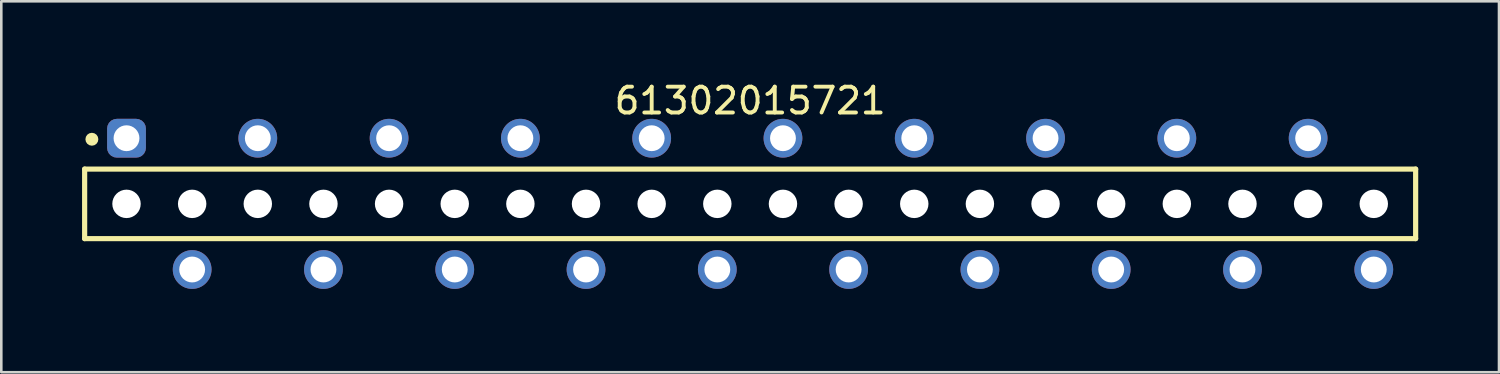
<source format=kicad_pcb>
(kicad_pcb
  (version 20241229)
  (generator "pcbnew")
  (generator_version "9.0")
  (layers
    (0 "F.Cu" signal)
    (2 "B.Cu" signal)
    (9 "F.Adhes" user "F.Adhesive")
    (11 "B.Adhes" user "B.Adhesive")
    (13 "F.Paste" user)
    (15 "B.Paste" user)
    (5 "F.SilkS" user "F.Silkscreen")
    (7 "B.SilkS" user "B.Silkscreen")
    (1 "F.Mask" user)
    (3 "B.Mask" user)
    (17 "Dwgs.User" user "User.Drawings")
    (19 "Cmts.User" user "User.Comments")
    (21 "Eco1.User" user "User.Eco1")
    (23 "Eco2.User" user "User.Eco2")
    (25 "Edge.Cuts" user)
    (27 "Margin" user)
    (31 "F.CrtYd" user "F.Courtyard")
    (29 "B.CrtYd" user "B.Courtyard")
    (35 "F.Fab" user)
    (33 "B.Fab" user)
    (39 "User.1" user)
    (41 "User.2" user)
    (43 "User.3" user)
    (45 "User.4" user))
  (footprint "61302015721"
    (layer "F.Cu")
    (at 25.975 4.838)
    (property "Reference" "61302015721" (at 0 -3.99 0) (layer "F.SilkS") (effects (font (size 1 1) (thickness 0.15))))
    (fp_line (start -25.75 -1.345) (end 25.75 -1.345) (stroke (width 0.2) (type solid)) (layer "F.SilkS"))
    (fp_line (start -25.75 1.345) (end -25.75 -1.345) (stroke (width 0.2) (type solid)) (layer "F.SilkS"))
    (fp_line (start -25.75 1.345) (end 25.75 1.345) (stroke (width 0.2) (type solid)) (layer "F.SilkS"))
    (fp_line (start 25.75 1.345) (end 25.75 -1.345) (stroke (width 0.2) (type solid)) (layer "F.SilkS"))
    (fp_circle (center -25.47 -2.5) (end -25.47 -2.625) (stroke (width 0.25) (type solid)) (fill no) (layer "F.SilkS"))
    (fp_line (start -25.95 -3.49) (end 25.95 -3.49) (stroke (width 0.05) (type solid)) (layer "Eco2.User"))
    (fp_line (start -25.95 3.49) (end -25.95 -3.49) (stroke (width 0.05) (type solid)) (layer "Eco2.User"))
    (fp_line (start -25.95 3.49) (end 25.95 3.49) (stroke (width 0.05) (type solid)) (layer "Eco2.User"))
    (fp_line (start -25.65 -1.27) (end 25.65 -1.27) (stroke (width 0.1) (type solid)) (layer "Eco2.User"))
    (fp_line (start -25.65 1.27) (end -25.65 -1.27) (stroke (width 0.1) (type solid)) (layer "Eco2.User"))
    (fp_line (start -25.65 1.27) (end 25.65 1.27) (stroke (width 0.1) (type solid)) (layer "Eco2.User"))
    (fp_line (start -24.53 -2.665) (end -23.73 -2.665) (stroke (width 0.1) (type solid)) (layer "Eco2.User"))
    (fp_line (start -24.53 -1.27) (end -24.53 -2.665) (stroke (width 0.1) (type solid)) (layer "Eco2.User"))
    (fp_line (start -23.73 -1.27) (end -23.73 -2.665) (stroke (width 0.1) (type solid)) (layer "Eco2.User"))
    (fp_line (start -21.99 2.665) (end -21.99 1.27) (stroke (width 0.1) (type solid)) (layer "Eco2.User"))
    (fp_line (start -21.99 2.665) (end -21.19 2.665) (stroke (width 0.1) (type solid)) (layer "Eco2.User"))
    (fp_line (start -21.19 2.665) (end -21.19 1.27) (stroke (width 0.1) (type solid)) (layer "Eco2.User"))
    (fp_line (start -19.45 -2.665) (end -18.65 -2.665) (stroke (width 0.1) (type solid)) (layer "Eco2.User"))
    (fp_line (start -19.45 -1.27) (end -19.45 -2.665) (stroke (width 0.1) (type solid)) (layer "Eco2.User"))
    (fp_line (start -18.65 -1.27) (end -18.65 -2.665) (stroke (width 0.1) (type solid)) (layer "Eco2.User"))
    (fp_line (start -16.91 2.665) (end -16.91 1.27) (stroke (width 0.1) (type solid)) (layer "Eco2.User"))
    (fp_line (start -16.91 2.665) (end -16.11 2.665) (stroke (width 0.1) (type solid)) (layer "Eco2.User"))
    (fp_line (start -16.11 2.665) (end -16.11 1.27) (stroke (width 0.1) (type solid)) (layer "Eco2.User"))
    (fp_line (start -14.37 -2.665) (end -13.57 -2.665) (stroke (width 0.1) (type solid)) (layer "Eco2.User"))
    (fp_line (start -14.37 -1.27) (end -14.37 -2.665) (stroke (width 0.1) (type solid)) (layer "Eco2.User"))
    (fp_line (start -13.57 -1.27) (end -13.57 -2.665) (stroke (width 0.1) (type solid)) (layer "Eco2.User"))
    (fp_line (start -11.83 2.665) (end -11.83 1.27) (stroke (width 0.1) (type solid)) (layer "Eco2.User"))
    (fp_line (start -11.83 2.665) (end -11.03 2.665) (stroke (width 0.1) (type solid)) (layer "Eco2.User"))
    (fp_line (start -11.03 2.665) (end -11.03 1.27) (stroke (width 0.1) (type solid)) (layer "Eco2.User"))
    (fp_line (start -9.29 -2.665) (end -8.49 -2.665) (stroke (width 0.1) (type solid)) (layer "Eco2.User"))
    (fp_line (start -9.29 -1.27) (end -9.29 -2.665) (stroke (width 0.1) (type solid)) (layer "Eco2.User"))
    (fp_line (start -8.49 -1.27) (end -8.49 -2.665) (stroke (width 0.1) (type solid)) (layer "Eco2.User"))
    (fp_line (start -6.75 2.665) (end -6.75 1.27) (stroke (width 0.1) (type solid)) (layer "Eco2.User"))
    (fp_line (start -6.75 2.665) (end -5.95 2.665) (stroke (width 0.1) (type solid)) (layer "Eco2.User"))
    (fp_line (start -5.95 2.665) (end -5.95 1.27) (stroke (width 0.1) (type solid)) (layer "Eco2.User"))
    (fp_line (start -4.21 -2.665) (end -3.41 -2.665) (stroke (width 0.1) (type solid)) (layer "Eco2.User"))
    (fp_line (start -4.21 -1.27) (end -4.21 -2.665) (stroke (width 0.1) (type solid)) (layer "Eco2.User"))
    (fp_line (start -3.41 -1.27) (end -3.41 -2.665) (stroke (width 0.1) (type solid)) (layer "Eco2.User"))
    (fp_line (start -1.67 2.665) (end -1.67 1.27) (stroke (width 0.1) (type solid)) (layer "Eco2.User"))
    (fp_line (start -1.67 2.665) (end -0.87 2.665) (stroke (width 0.1) (type solid)) (layer "Eco2.User"))
    (fp_line (start -0.87 2.665) (end -0.87 1.27) (stroke (width 0.1) (type solid)) (layer "Eco2.User"))
    (fp_line (start -0.5 0) (end 0.5 0) (stroke (width 0.05) (type solid)) (layer "Eco2.User"))
    (fp_line (start 0 0.5) (end 0 -0.5) (stroke (width 0.05) (type solid)) (layer "Eco2.User"))
    (fp_line (start 0.87 -2.665) (end 1.67 -2.665) (stroke (width 0.1) (type solid)) (layer "Eco2.User"))
    (fp_line (start 0.87 -1.27) (end 0.87 -2.665) (stroke (width 0.1) (type solid)) (layer "Eco2.User"))
    (fp_line (start 1.67 -1.27) (end 1.67 -2.665) (stroke (width 0.1) (type solid)) (layer "Eco2.User"))
    (fp_line (start 3.41 2.665) (end 3.41 1.27) (stroke (width 0.1) (type solid)) (layer "Eco2.User"))
    (fp_line (start 3.41 2.665) (end 4.21 2.665) (stroke (width 0.1) (type solid)) (layer "Eco2.User"))
    (fp_line (start 4.21 2.665) (end 4.21 1.27) (stroke (width 0.1) (type solid)) (layer "Eco2.User"))
    (fp_line (start 5.95 -2.665) (end 6.75 -2.665) (stroke (width 0.1) (type solid)) (layer "Eco2.User"))
    (fp_line (start 5.95 -1.27) (end 5.95 -2.665) (stroke (width 0.1) (type solid)) (layer "Eco2.User"))
    (fp_line (start 6.75 -1.27) (end 6.75 -2.665) (stroke (width 0.1) (type solid)) (layer "Eco2.User"))
    (fp_line (start 8.49 2.665) (end 8.49 1.27) (stroke (width 0.1) (type solid)) (layer "Eco2.User"))
    (fp_line (start 8.49 2.665) (end 9.29 2.665) (stroke (width 0.1) (type solid)) (layer "Eco2.User"))
    (fp_line (start 9.29 2.665) (end 9.29 1.27) (stroke (width 0.1) (type solid)) (layer "Eco2.User"))
    (fp_line (start 11.03 -2.665) (end 11.83 -2.665) (stroke (width 0.1) (type solid)) (layer "Eco2.User"))
    (fp_line (start 11.03 -1.27) (end 11.03 -2.665) (stroke (width 0.1) (type solid)) (layer "Eco2.User"))
    (fp_line (start 11.83 -1.27) (end 11.83 -2.665) (stroke (width 0.1) (type solid)) (layer "Eco2.User"))
    (fp_line (start 13.57 2.665) (end 13.57 1.27) (stroke (width 0.1) (type solid)) (layer "Eco2.User"))
    (fp_line (start 13.57 2.665) (end 14.37 2.665) (stroke (width 0.1) (type solid)) (layer "Eco2.User"))
    (fp_line (start 14.37 2.665) (end 14.37 1.27) (stroke (width 0.1) (type solid)) (layer "Eco2.User"))
    (fp_line (start 16.11 -2.665) (end 16.91 -2.665) (stroke (width 0.1) (type solid)) (layer "Eco2.User"))
    (fp_line (start 16.11 -1.27) (end 16.11 -2.665) (stroke (width 0.1) (type solid)) (layer "Eco2.User"))
    (fp_line (start 16.91 -1.27) (end 16.91 -2.665) (stroke (width 0.1) (type solid)) (layer "Eco2.User"))
    (fp_line (start 18.65 2.665) (end 18.65 1.27) (stroke (width 0.1) (type solid)) (layer "Eco2.User"))
    (fp_line (start 18.65 2.665) (end 19.45 2.665) (stroke (width 0.1) (type solid)) (layer "Eco2.User"))
    (fp_line (start 19.45 2.665) (end 19.45 1.27) (stroke (width 0.1) (type solid)) (layer "Eco2.User"))
    (fp_line (start 21.19 -2.665) (end 21.99 -2.665) (stroke (width 0.1) (type solid)) (layer "Eco2.User"))
    (fp_line (start 21.19 -1.27) (end 21.19 -2.665) (stroke (width 0.1) (type solid)) (layer "Eco2.User"))
    (fp_line (start 21.99 -1.27) (end 21.99 -2.665) (stroke (width 0.1) (type solid)) (layer "Eco2.User"))
    (fp_line (start 23.73 2.665) (end 23.73 1.27) (stroke (width 0.1) (type solid)) (layer "Eco2.User"))
    (fp_line (start 23.73 2.665) (end 24.53 2.665) (stroke (width 0.1) (type solid)) (layer "Eco2.User"))
    (fp_line (start 24.53 2.665) (end 24.53 1.27) (stroke (width 0.1) (type solid)) (layer "Eco2.User"))
    (fp_line (start 25.65 1.27) (end 25.65 -1.27) (stroke (width 0.1) (type solid)) (layer "Eco2.User"))
    (fp_line (start 25.95 3.49) (end 25.95 -3.49) (stroke (width 0.05) (type solid)) (layer "Eco2.User"))
    (fp_text user "${REFERENCE}" (at 0.15 -0.197 0) (unlocked yes) (layer "User.3") (effects (font (size 1.5 1.5) (thickness 0.15))))
    (pad "" np_thru_hole circle (at -24.13 0 180) (size 1.1 1.1) (drill 1.1) (layers "*.Cu" "*.Mask"))
    (pad "" np_thru_hole circle (at -21.59 0 180) (size 1.1 1.1) (drill 1.1) (layers "*.Cu" "*.Mask"))
    (pad "" np_thru_hole circle (at -19.05 0 180) (size 1.1 1.1) (drill 1.1) (layers "*.Cu" "*.Mask"))
    (pad "" np_thru_hole circle (at -16.51 0 180) (size 1.1 1.1) (drill 1.1) (layers "*.Cu" "*.Mask"))
    (pad "" np_thru_hole circle (at -13.97 0 180) (size 1.1 1.1) (drill 1.1) (layers "*.Cu" "*.Mask"))
    (pad "" np_thru_hole circle (at -11.43 0 180) (size 1.1 1.1) (drill 1.1) (layers "*.Cu" "*.Mask"))
    (pad "" np_thru_hole circle (at -8.89 0 180) (size 1.1 1.1) (drill 1.1) (layers "*.Cu" "*.Mask"))
    (pad "" np_thru_hole circle (at -6.35 0 180) (size 1.1 1.1) (drill 1.1) (layers "*.Cu" "*.Mask"))
    (pad "" np_thru_hole circle (at -3.81 0 180) (size 1.1 1.1) (drill 1.1) (layers "*.Cu" "*.Mask"))
    (pad "" np_thru_hole circle (at -1.27 0 180) (size 1.1 1.1) (drill 1.1) (layers "*.Cu" "*.Mask"))
    (pad "" np_thru_hole circle (at 1.27 0 180) (size 1.1 1.1) (drill 1.1) (layers "*.Cu" "*.Mask"))
    (pad "" np_thru_hole circle (at 3.81 0 180) (size 1.1 1.1) (drill 1.1) (layers "*.Cu" "*.Mask"))
    (pad "" np_thru_hole circle (at 6.35 0 180) (size 1.1 1.1) (drill 1.1) (layers "*.Cu" "*.Mask"))
    (pad "" np_thru_hole circle (at 8.89 0 180) (size 1.1 1.1) (drill 1.1) (layers "*.Cu" "*.Mask"))
    (pad "" np_thru_hole circle (at 11.43 0 180) (size 1.1 1.1) (drill 1.1) (layers "*.Cu" "*.Mask"))
    (pad "" np_thru_hole circle (at 13.97 0 180) (size 1.1 1.1) (drill 1.1) (layers "*.Cu" "*.Mask"))
    (pad "" np_thru_hole circle (at 16.51 0 180) (size 1.1 1.1) (drill 1.1) (layers "*.Cu" "*.Mask"))
    (pad "" np_thru_hole circle (at 19.05 0 180) (size 1.1 1.1) (drill 1.1) (layers "*.Cu" "*.Mask"))
    (pad "" np_thru_hole circle (at 21.59 0 180) (size 1.1 1.1) (drill 1.1) (layers "*.Cu" "*.Mask"))
    (pad "" np_thru_hole circle (at 24.13 0 180) (size 1.1 1.1) (drill 1.1) (layers "*.Cu" "*.Mask"))
    (pad "1" thru_hole roundrect (at -24.13 -2.54 180) (size 1.5 1.5) (drill 1) (layers "*.Cu" "*.Mask") (roundrect_rratio 0.25))
    (pad "2" thru_hole circle (at -21.59 2.54 180) (size 1.5 1.5) (drill 1) (layers "*.Cu" "*.Mask"))
    (pad "3" thru_hole circle (at -19.05 -2.54 180) (size 1.5 1.5) (drill 1) (layers "*.Cu" "*.Mask"))
    (pad "4" thru_hole circle (at -16.51 2.54 180) (size 1.5 1.5) (drill 1) (layers "*.Cu" "*.Mask"))
    (pad "5" thru_hole circle (at -13.97 -2.54 180) (size 1.5 1.5) (drill 1) (layers "*.Cu" "*.Mask"))
    (pad "6" thru_hole circle (at -11.43 2.54 180) (size 1.5 1.5) (drill 1) (layers "*.Cu" "*.Mask"))
    (pad "7" thru_hole circle (at -8.89 -2.54 180) (size 1.5 1.5) (drill 1) (layers "*.Cu" "*.Mask"))
    (pad "8" thru_hole circle (at -6.35 2.54 180) (size 1.5 1.5) (drill 1) (layers "*.Cu" "*.Mask"))
    (pad "9" thru_hole circle (at -3.81 -2.54 180) (size 1.5 1.5) (drill 1) (layers "*.Cu" "*.Mask"))
    (pad "10" thru_hole circle (at -1.27 2.54 180) (size 1.5 1.5) (drill 1) (layers "*.Cu" "*.Mask"))
    (pad "11" thru_hole circle (at 1.27 -2.54 180) (size 1.5 1.5) (drill 1) (layers "*.Cu" "*.Mask"))
    (pad "12" thru_hole circle (at 3.81 2.54 180) (size 1.5 1.5) (drill 1) (layers "*.Cu" "*.Mask"))
    (pad "13" thru_hole circle (at 6.35 -2.54 180) (size 1.5 1.5) (drill 1) (layers "*.Cu" "*.Mask"))
    (pad "14" thru_hole circle (at 8.89 2.54 180) (size 1.5 1.5) (drill 1) (layers "*.Cu" "*.Mask"))
    (pad "15" thru_hole circle (at 11.43 -2.54 180) (size 1.5 1.5) (drill 1) (layers "*.Cu" "*.Mask"))
    (pad "16" thru_hole circle (at 13.97 2.54 180) (size 1.5 1.5) (drill 1) (layers "*.Cu" "*.Mask"))
    (pad "17" thru_hole circle (at 16.51 -2.54 180) (size 1.5 1.5) (drill 1) (layers "*.Cu" "*.Mask"))
    (pad "18" thru_hole circle (at 19.05 2.54 180) (size 1.5 1.5) (drill 1) (layers "*.Cu" "*.Mask"))
    (pad "19" thru_hole circle (at 21.59 -2.54 180) (size 1.5 1.5) (drill 1) (layers "*.Cu" "*.Mask"))
    (pad "20" thru_hole circle (at 24.13 2.54 180) (size 1.5 1.5) (drill 1) (layers "*.Cu" "*.Mask")))
  (gr_rect
    (start -3 -3)
    (end 54.95 11.353)
    (stroke (width 0.1) (type default))
    (fill no)
    (layer "Edge.Cuts")))
</source>
